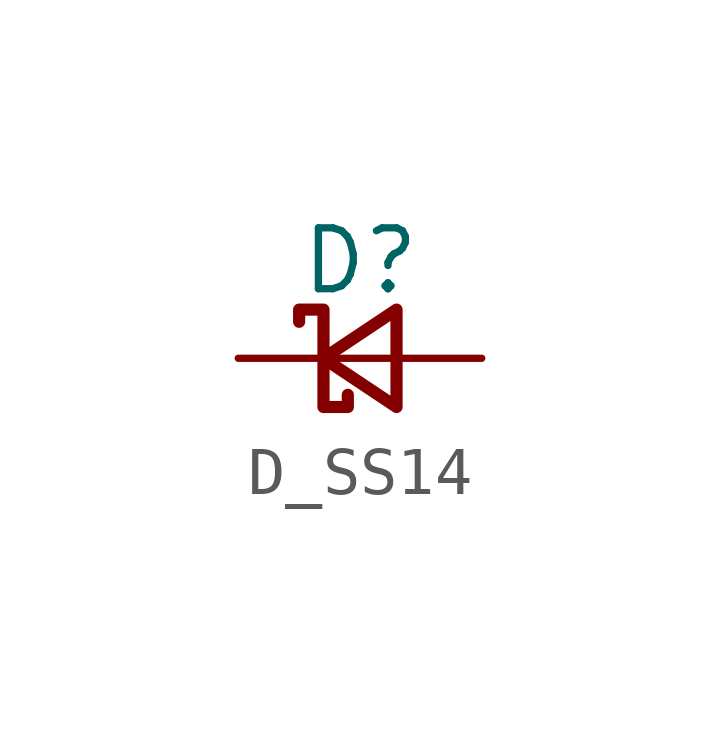
<source format=kicad_sym>
(kicad_symbol_lib
  (version 20220914)
  (generator kicad_symbol_editor)
  (symbol "D_SS14"
    (pin_numbers hide)
    (pin_names
      (offset 0.254) hide)
    (property "Reference" "D"
      (at -1.27 2.032 0)
      (effects (font (size 1.27 1.27)) (justify left)))
    (symbol "D_SS14_0_1"
      (polyline (pts (xy -0.762 0) (xy 0.762 0)) (stroke (width 0) (type default)) (fill (type none)))
      (polyline (pts (xy 0.762 -1.016) (xy -0.762 0) (xy 0.762 1.016) (xy 0.762 -1.016)) (stroke (width 0.254) (type default)) (fill (type none)))
      (polyline (pts (xy -1.27 0.762) (xy -1.27 1.016) (xy -0.762 1.016) (xy -0.762 -1.016) (xy -0.254 -1.016) (xy -0.254 -0.762)) (stroke (width 0.254) (type default)) (fill (type none))))
    (symbol "D_SS14_1_1"
      (pin passive line (at -2.54 0 0) (length 1.778) (name "K" (effects (font (size 1.27 1.27)))) (number "1" (effects (font (size 1.27 1.27)))))
      (pin passive line (at 2.54 0 180) (length 1.778) (name "A" (effects (font (size 1.27 1.27)))) (number "2" (effects (font (size 1.27 1.27))))))))
</source>
